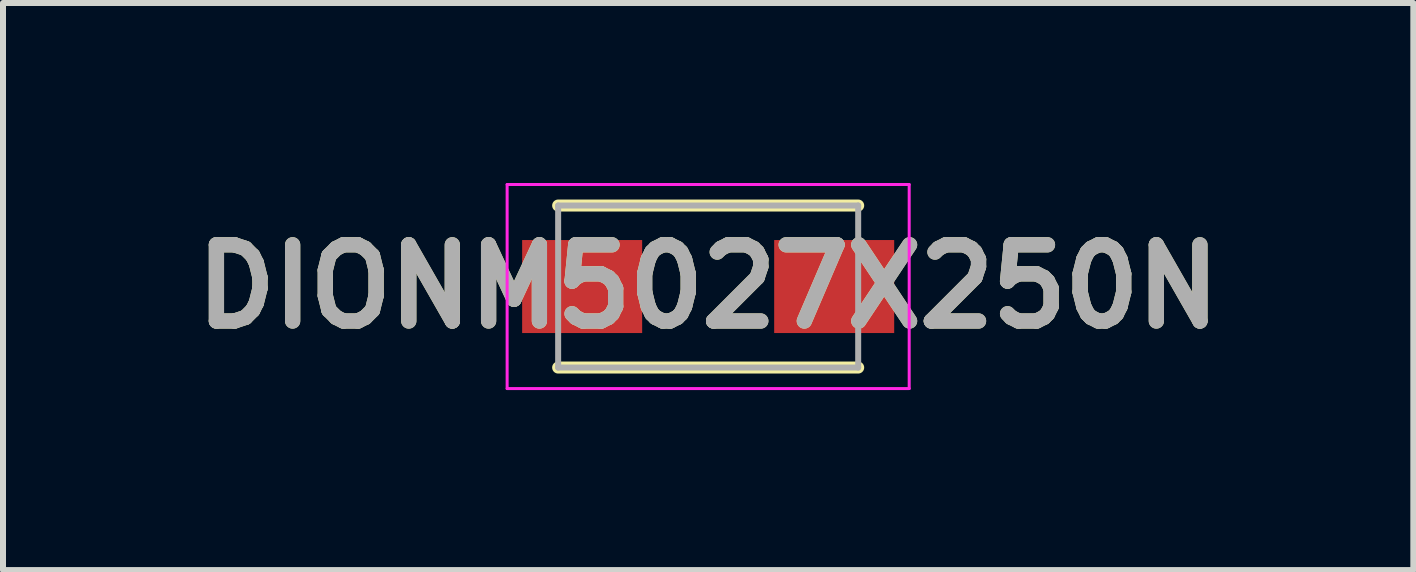
<source format=kicad_pcb>
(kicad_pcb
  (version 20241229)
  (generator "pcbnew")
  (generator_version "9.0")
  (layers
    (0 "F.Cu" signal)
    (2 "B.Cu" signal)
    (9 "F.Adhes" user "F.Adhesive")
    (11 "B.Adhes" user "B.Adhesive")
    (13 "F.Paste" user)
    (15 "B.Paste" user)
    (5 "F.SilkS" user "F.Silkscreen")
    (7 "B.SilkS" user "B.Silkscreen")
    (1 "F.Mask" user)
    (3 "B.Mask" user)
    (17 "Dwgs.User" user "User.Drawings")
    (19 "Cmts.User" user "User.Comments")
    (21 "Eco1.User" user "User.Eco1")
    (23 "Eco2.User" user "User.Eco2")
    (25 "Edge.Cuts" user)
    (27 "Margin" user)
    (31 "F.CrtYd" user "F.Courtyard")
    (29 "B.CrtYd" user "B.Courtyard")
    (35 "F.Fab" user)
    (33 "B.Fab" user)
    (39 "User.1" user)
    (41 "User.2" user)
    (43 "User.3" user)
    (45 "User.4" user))
  (footprint "DIONM5027X250N"
    (layer "F.Cu")
    (at 8.751 1.725)
    (property "Reference" "DIONM5027X250N" (at 0 0 0) (layer "F.SilkS") (effects (font (size 1.27 1.27) (thickness 0.254))))
    (attr smd)
    (fp_line (start -2.5 1.35) (end 2.5 1.35) (stroke (width 0.2) (type solid)) (layer "F.SilkS"))
    (fp_line (start 2.5 -1.35) (end -2.5 -1.35) (stroke (width 0.2) (type solid)) (layer "F.SilkS"))
    (fp_line (start -3.35 -1.7) (end 3.35 -1.7) (stroke (width 0.05) (type solid)) (layer "F.CrtYd"))
    (fp_line (start -3.35 1.7) (end -3.35 -1.7) (stroke (width 0.05) (type solid)) (layer "F.CrtYd"))
    (fp_line (start 3.35 -1.7) (end 3.35 1.7) (stroke (width 0.05) (type solid)) (layer "F.CrtYd"))
    (fp_line (start 3.35 1.7) (end -3.35 1.7) (stroke (width 0.05) (type solid)) (layer "F.CrtYd"))
    (fp_line (start -2.5 -1.35) (end 2.5 -1.35) (stroke (width 0.1) (type solid)) (layer "F.Fab"))
    (fp_line (start -2.5 1.35) (end -2.5 -1.35) (stroke (width 0.1) (type solid)) (layer "F.Fab"))
    (fp_line (start 2.5 -1.35) (end 2.5 1.35) (stroke (width 0.1) (type solid)) (layer "F.Fab"))
    (fp_line (start 2.5 1.35) (end -2.5 1.35) (stroke (width 0.1) (type solid)) (layer "F.Fab"))
    (fp_text user "${REFERENCE}" (at 0 0 0) (layer "F.Fab") (effects (font (size 1.27 1.27) (thickness 0.254))))
    (pad "1" smd rect (at -2.1 0 90) (size 1.55 2) (layers "F.Cu" "F.Mask" "F.Paste"))
    (pad "2" smd rect (at 2.1 0 90) (size 1.55 2) (layers "F.Cu" "F.Mask" "F.Paste")))
  (gr_rect
    (start -3 -3)
    (end 20.502 6.45)
    (stroke (width 0.1) (type default))
    (fill no)
    (layer "Edge.Cuts")))
</source>
